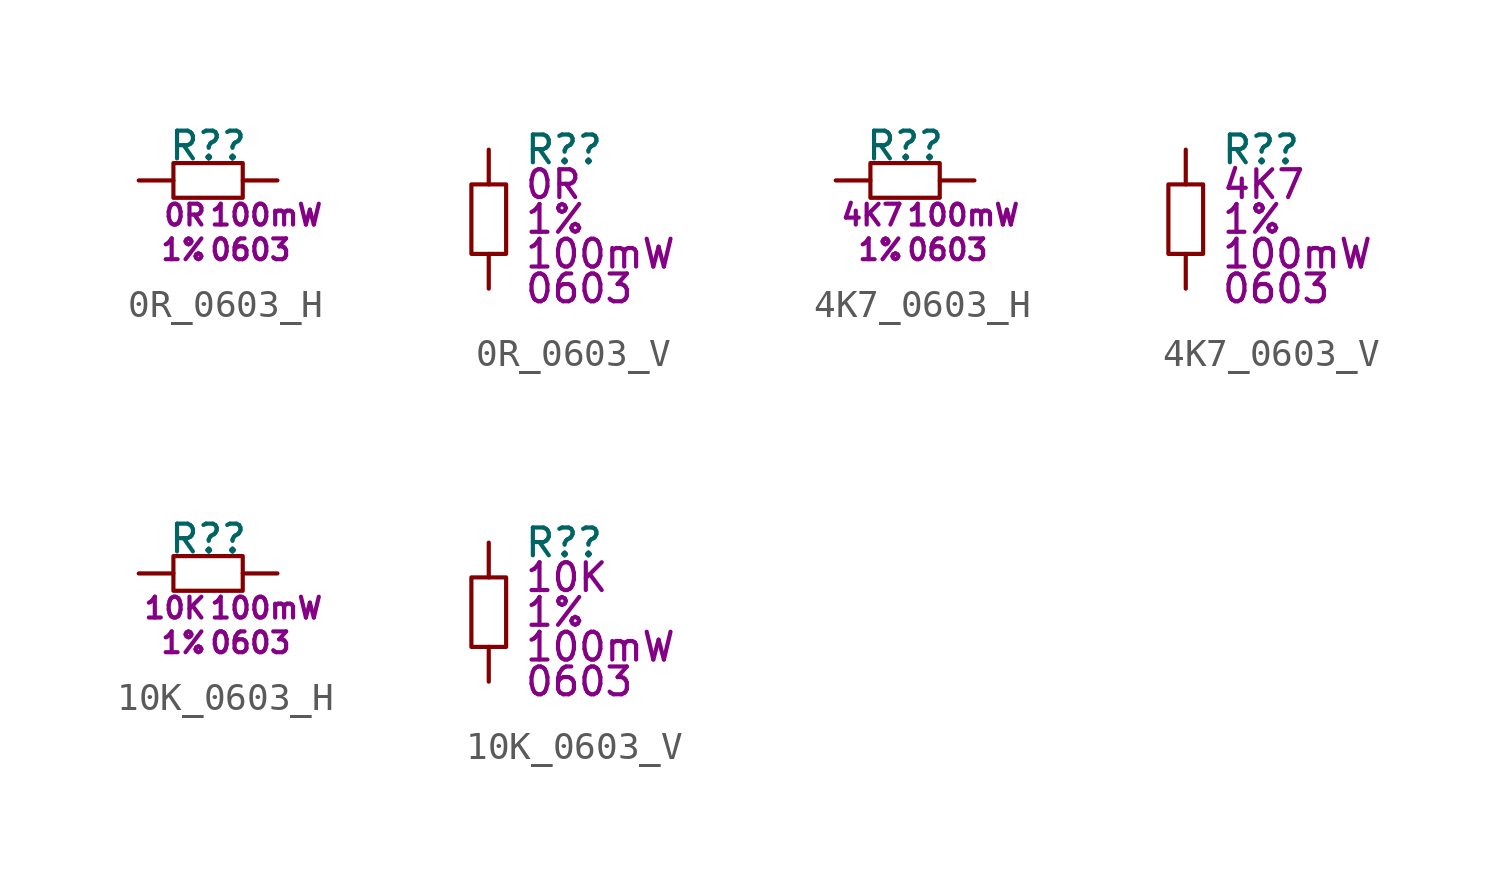
<source format=kicad_sym>
(kicad_symbol_lib
  (version 20220914)
  (generator kicad_symbol_editor)
  (symbol "0R_0603_H"
    (pin_numbers hide)
    (pin_names
      (offset 0) hide)
    (property "Reference" "R?"
      (at 0 1.27 0)
      (do_not_autoplace)
      (effects (font (size 1.016 1.016))))
    (property "Tolerance" "1%"
      (at 0 -2.54 0)
      (do_not_autoplace)
      (effects (font (size 0.762 0.762)) (justify right)))
    (property "Power Rating" "100mW"
      (at 0 -1.27 0)
      (do_not_autoplace)
      (effects (font (size 0.762 0.762)) (justify left)))
    (property "Package" "0603"
      (at 0 -2.54 0)
      (do_not_autoplace)
      (effects (font (size 0.762 0.762)) (justify left)))
    (property "Resistance" "0R"
      (at 0 -1.27 0)
      (do_not_autoplace)
      (effects (font (size 0.762 0.762)) (justify right)))
    (symbol "0R_0603_H_0_1"
      (polyline (pts (xy -1.27 -0.635) (xy 1.27 -0.635) (xy 1.27 0.635) (xy -1.27 0.635) (xy -1.27 -0.635)) (stroke (width 0) (type default)) (fill (type none))))
    (symbol "0R_0603_H_1_1"
      (pin passive line (at -2.54 0 0) (length 1.27) (name "" (effects (font (size 0 0)))) (number "1" (effects (font (size 0 0)))))
      (pin passive line (at 2.54 0 180) (length 1.27) (name "" (effects (font (size 0 0)))) (number "2" (effects (font (size 0 0)))))))
  (symbol "0R_0603_V"
    (pin_numbers hide)
    (pin_names
      (offset 0) hide)
    (property "Reference" "R?"
      (at 1.27 2.54 0)
      (do_not_autoplace)
      (effects (font (size 1.016 1.016)) (justify left)))
    (property "Tolerance" "1%"
      (at 1.27 0 0)
      (do_not_autoplace)
      (effects (font (size 1.016 1.016)) (justify left)))
    (property "Power Rating" "100mW"
      (at 1.27 -1.27 0)
      (do_not_autoplace)
      (effects (font (size 1.016 1.016)) (justify left)))
    (property "Package" "0603"
      (at 1.27 -2.54 0)
      (do_not_autoplace)
      (effects (font (size 1.016 1.016)) (justify left)))
    (property "Resistance" "0R"
      (at 1.27 1.27 0)
      (effects (font (size 1.016 1.016)) (justify left)))
    (symbol "0R_0603_V_0_1"
      (polyline (pts (xy -0.635 1.27) (xy -0.635 -1.27) (xy 0.635 -1.27) (xy 0.635 1.27) (xy -0.635 1.27)) (stroke (width 0) (type default)) (fill (type none))))
    (symbol "0R_0603_V_1_1"
      (pin passive line (at 0 2.54 270) (length 1.27) (name "" (effects (font (size 0 0)))) (number "1" (effects (font (size 0 0)))))
      (pin passive line (at 0 -2.54 90) (length 1.27) (name "" (effects (font (size 0 0)))) (number "2" (effects (font (size 0 0)))))))
  (symbol "4K7_0603_H"
    (pin_numbers hide)
    (pin_names
      (offset 0) hide)
    (property "Reference" "R?"
      (at 0 1.27 0)
      (do_not_autoplace)
      (effects (font (size 1.016 1.016))))
    (property "Tolerance" "1%"
      (at 0 -2.54 0)
      (do_not_autoplace)
      (effects (font (size 0.762 0.762)) (justify right)))
    (property "Power Rating" "100mW"
      (at 0 -1.27 0)
      (do_not_autoplace)
      (effects (font (size 0.762 0.762)) (justify left)))
    (property "Package" "0603"
      (at 0 -2.54 0)
      (do_not_autoplace)
      (effects (font (size 0.762 0.762)) (justify left)))
    (property "Resistance" "4K7"
      (at 0 -1.27 0)
      (do_not_autoplace)
      (effects (font (size 0.762 0.762)) (justify right)))
    (symbol "4K7_0603_H_0_1"
      (polyline (pts (xy -1.27 -0.635) (xy 1.27 -0.635) (xy 1.27 0.635) (xy -1.27 0.635) (xy -1.27 -0.635)) (stroke (width 0) (type default)) (fill (type none))))
    (symbol "4K7_0603_H_1_1"
      (pin passive line (at -2.54 0 0) (length 1.27) (name "" (effects (font (size 0 0)))) (number "1" (effects (font (size 0 0)))))
      (pin passive line (at 2.54 0 180) (length 1.27) (name "" (effects (font (size 0 0)))) (number "2" (effects (font (size 0 0)))))))
  (symbol "4K7_0603_V"
    (pin_numbers hide)
    (pin_names
      (offset 0) hide)
    (property "Reference" "R?"
      (at 1.27 2.54 0)
      (do_not_autoplace)
      (effects (font (size 1.016 1.016)) (justify left)))
    (property "Tolerance" "1%"
      (at 1.27 0 0)
      (do_not_autoplace)
      (effects (font (size 1.016 1.016)) (justify left)))
    (property "Power Rating" "100mW"
      (at 1.27 -1.27 0)
      (do_not_autoplace)
      (effects (font (size 1.016 1.016)) (justify left)))
    (property "Package" "0603"
      (at 1.27 -2.54 0)
      (do_not_autoplace)
      (effects (font (size 1.016 1.016)) (justify left)))
    (property "Resistance" "4K7"
      (at 1.27 1.27 0)
      (effects (font (size 1.016 1.016)) (justify left)))
    (symbol "4K7_0603_V_0_1"
      (polyline (pts (xy -0.635 1.27) (xy -0.635 -1.27) (xy 0.635 -1.27) (xy 0.635 1.27) (xy -0.635 1.27)) (stroke (width 0) (type default)) (fill (type none))))
    (symbol "4K7_0603_V_1_1"
      (pin passive line (at 0 2.54 270) (length 1.27) (name "" (effects (font (size 0 0)))) (number "1" (effects (font (size 0 0)))))
      (pin passive line (at 0 -2.54 90) (length 1.27) (name "" (effects (font (size 0 0)))) (number "2" (effects (font (size 0 0)))))))
  (symbol "10K_0603_H"
    (pin_numbers hide)
    (pin_names
      (offset 0) hide)
    (property "Reference" "R?"
      (at 0 1.27 0)
      (do_not_autoplace)
      (effects (font (size 1.016 1.016))))
    (property "Tolerance" "1%"
      (at 0 -2.54 0)
      (do_not_autoplace)
      (effects (font (size 0.762 0.762)) (justify right)))
    (property "Power Rating" "100mW"
      (at 0 -1.27 0)
      (do_not_autoplace)
      (effects (font (size 0.762 0.762)) (justify left)))
    (property "Package" "0603"
      (at 0 -2.54 0)
      (do_not_autoplace)
      (effects (font (size 0.762 0.762)) (justify left)))
    (property "Resistance" "10K"
      (at 0 -1.27 0)
      (do_not_autoplace)
      (effects (font (size 0.762 0.762)) (justify right)))
    (symbol "10K_0603_H_0_1"
      (polyline (pts (xy -1.27 -0.635) (xy 1.27 -0.635) (xy 1.27 0.635) (xy -1.27 0.635) (xy -1.27 -0.635)) (stroke (width 0) (type default)) (fill (type none))))
    (symbol "10K_0603_H_1_1"
      (pin passive line (at -2.54 0 0) (length 1.27) (name "" (effects (font (size 0 0)))) (number "1" (effects (font (size 0 0)))))
      (pin passive line (at 2.54 0 180) (length 1.27) (name "" (effects (font (size 0 0)))) (number "2" (effects (font (size 0 0)))))))
  (symbol "10K_0603_V"
    (pin_numbers hide)
    (pin_names
      (offset 0) hide)
    (property "Reference" "R?"
      (at 1.27 2.54 0)
      (do_not_autoplace)
      (effects (font (size 1.016 1.016)) (justify left)))
    (property "Tolerance" "1%"
      (at 1.27 0 0)
      (do_not_autoplace)
      (effects (font (size 1.016 1.016)) (justify left)))
    (property "Power Rating" "100mW"
      (at 1.27 -1.27 0)
      (do_not_autoplace)
      (effects (font (size 1.016 1.016)) (justify left)))
    (property "Package" "0603"
      (at 1.27 -2.54 0)
      (do_not_autoplace)
      (effects (font (size 1.016 1.016)) (justify left)))
    (property "Resistance" "10K"
      (at 1.27 1.27 0)
      (effects (font (size 1.016 1.016)) (justify left)))
    (symbol "10K_0603_V_0_1"
      (polyline (pts (xy -0.635 1.27) (xy -0.635 -1.27) (xy 0.635 -1.27) (xy 0.635 1.27) (xy -0.635 1.27)) (stroke (width 0) (type default)) (fill (type none))))
    (symbol "10K_0603_V_1_1"
      (pin passive line (at 0 2.54 270) (length 1.27) (name "" (effects (font (size 0 0)))) (number "1" (effects (font (size 0 0)))))
      (pin passive line (at 0 -2.54 90) (length 1.27) (name "" (effects (font (size 0 0)))) (number "2" (effects (font (size 0 0))))))))
</source>
